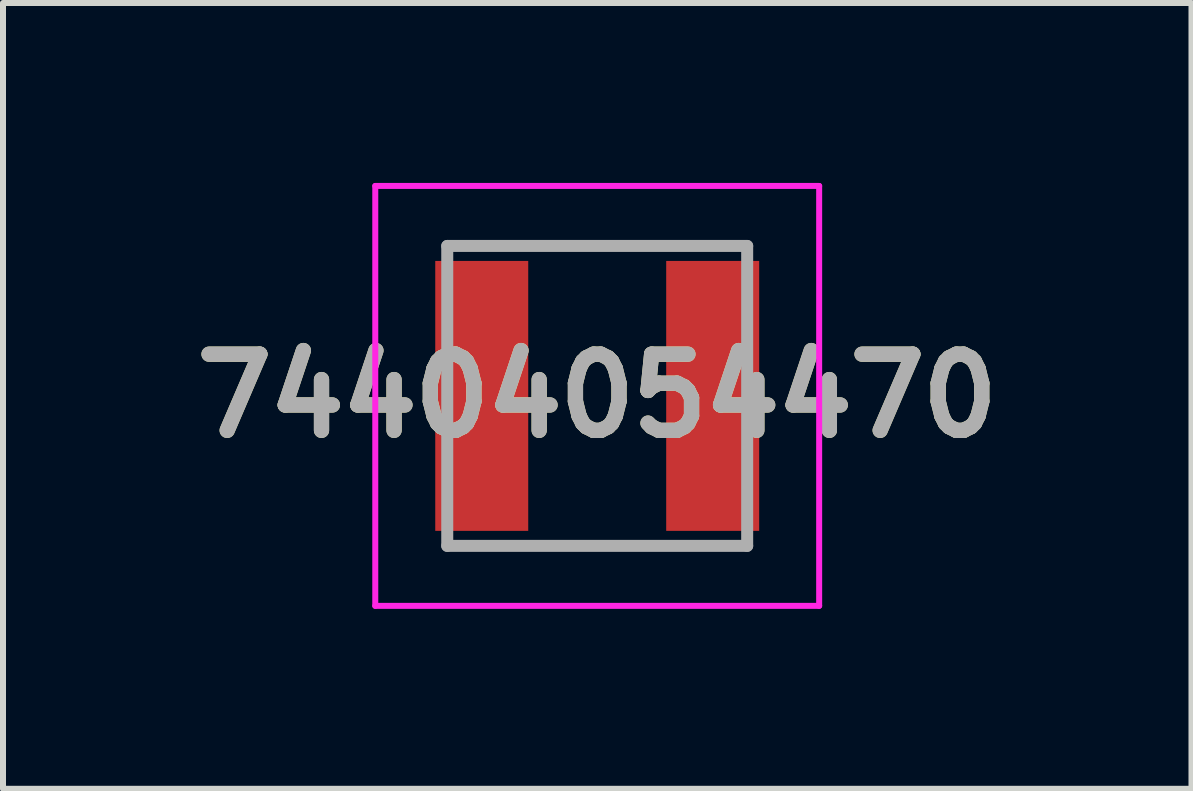
<source format=kicad_pcb>
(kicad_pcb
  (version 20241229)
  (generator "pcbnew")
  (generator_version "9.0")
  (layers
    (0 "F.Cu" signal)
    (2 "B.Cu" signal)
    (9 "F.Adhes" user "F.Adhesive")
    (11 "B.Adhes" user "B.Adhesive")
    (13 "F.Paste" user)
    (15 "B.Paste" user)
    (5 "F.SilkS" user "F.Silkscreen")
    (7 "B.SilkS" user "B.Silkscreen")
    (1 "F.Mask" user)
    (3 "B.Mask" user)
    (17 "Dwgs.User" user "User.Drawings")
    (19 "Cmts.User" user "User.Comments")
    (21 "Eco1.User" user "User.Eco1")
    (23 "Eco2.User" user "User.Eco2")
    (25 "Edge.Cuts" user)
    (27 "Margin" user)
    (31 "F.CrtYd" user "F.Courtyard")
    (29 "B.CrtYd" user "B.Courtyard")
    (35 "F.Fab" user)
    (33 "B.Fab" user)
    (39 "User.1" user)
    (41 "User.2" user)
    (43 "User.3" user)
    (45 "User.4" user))
  (footprint "74404054470"
    (layer "F.Cu")
    (at 6.906 3.55)
    (property "Reference" "74404054470" (at 0 0 0) (layer "F.SilkS") (effects (font (size 1.27 1.27) (thickness 0.254))))
    (attr smd)
    (fp_line (start -0.5 -2.5) (end -0.5 -2.5) (stroke (width 0.1) (type solid)) (layer "F.SilkS"))
    (fp_line (start -0.5 -2.5) (end 0.5 -2.5) (stroke (width 0.1) (type solid)) (layer "F.SilkS"))
    (fp_line (start -0.5 2.5) (end -0.5 2.5) (stroke (width 0.1) (type solid)) (layer "F.SilkS"))
    (fp_line (start -0.5 2.5) (end 0.5 2.5) (stroke (width 0.1) (type solid)) (layer "F.SilkS"))
    (fp_line (start 0.5 -2.5) (end -0.5 -2.5) (stroke (width 0.1) (type solid)) (layer "F.SilkS"))
    (fp_line (start 0.5 -2.5) (end 0.5 -2.5) (stroke (width 0.1) (type solid)) (layer "F.SilkS"))
    (fp_line (start 0.5 2.5) (end -0.5 2.5) (stroke (width 0.1) (type solid)) (layer "F.SilkS"))
    (fp_line (start 0.5 2.5) (end 0.5 2.5) (stroke (width 0.1) (type solid)) (layer "F.SilkS"))
    (fp_line (start -3.7 -3.5) (end 3.7 -3.5) (stroke (width 0.1) (type solid)) (layer "F.CrtYd"))
    (fp_line (start -3.7 3.5) (end -3.7 -3.5) (stroke (width 0.1) (type solid)) (layer "F.CrtYd"))
    (fp_line (start 3.7 -3.5) (end 3.7 3.5) (stroke (width 0.1) (type solid)) (layer "F.CrtYd"))
    (fp_line (start 3.7 3.5) (end -3.7 3.5) (stroke (width 0.1) (type solid)) (layer "F.CrtYd"))
    (fp_line (start -2.5 -2.5) (end -2.5 2.5) (stroke (width 0.2) (type solid)) (layer "F.Fab"))
    (fp_line (start -2.5 2.5) (end 2.5 2.5) (stroke (width 0.2) (type solid)) (layer "F.Fab"))
    (fp_line (start 2.5 -2.5) (end -2.5 -2.5) (stroke (width 0.2) (type solid)) (layer "F.Fab"))
    (fp_line (start 2.5 2.5) (end 2.5 -2.5) (stroke (width 0.2) (type solid)) (layer "F.Fab"))
    (fp_text user "${REFERENCE}" (at 0 0 0) (layer "F.Fab") (effects (font (size 1.27 1.27) (thickness 0.254))))
    (pad "1" smd rect (at -1.925 0) (size 1.55 4.5) (layers "F.Cu" "F.Mask" "F.Paste"))
    (pad "2" smd rect (at 1.925 0) (size 1.55 4.5) (layers "F.Cu" "F.Mask" "F.Paste")))
  (gr_rect
    (start -3 -3)
    (end 16.813 10.1)
    (stroke (width 0.1) (type default))
    (fill no)
    (layer "Edge.Cuts")))
</source>
